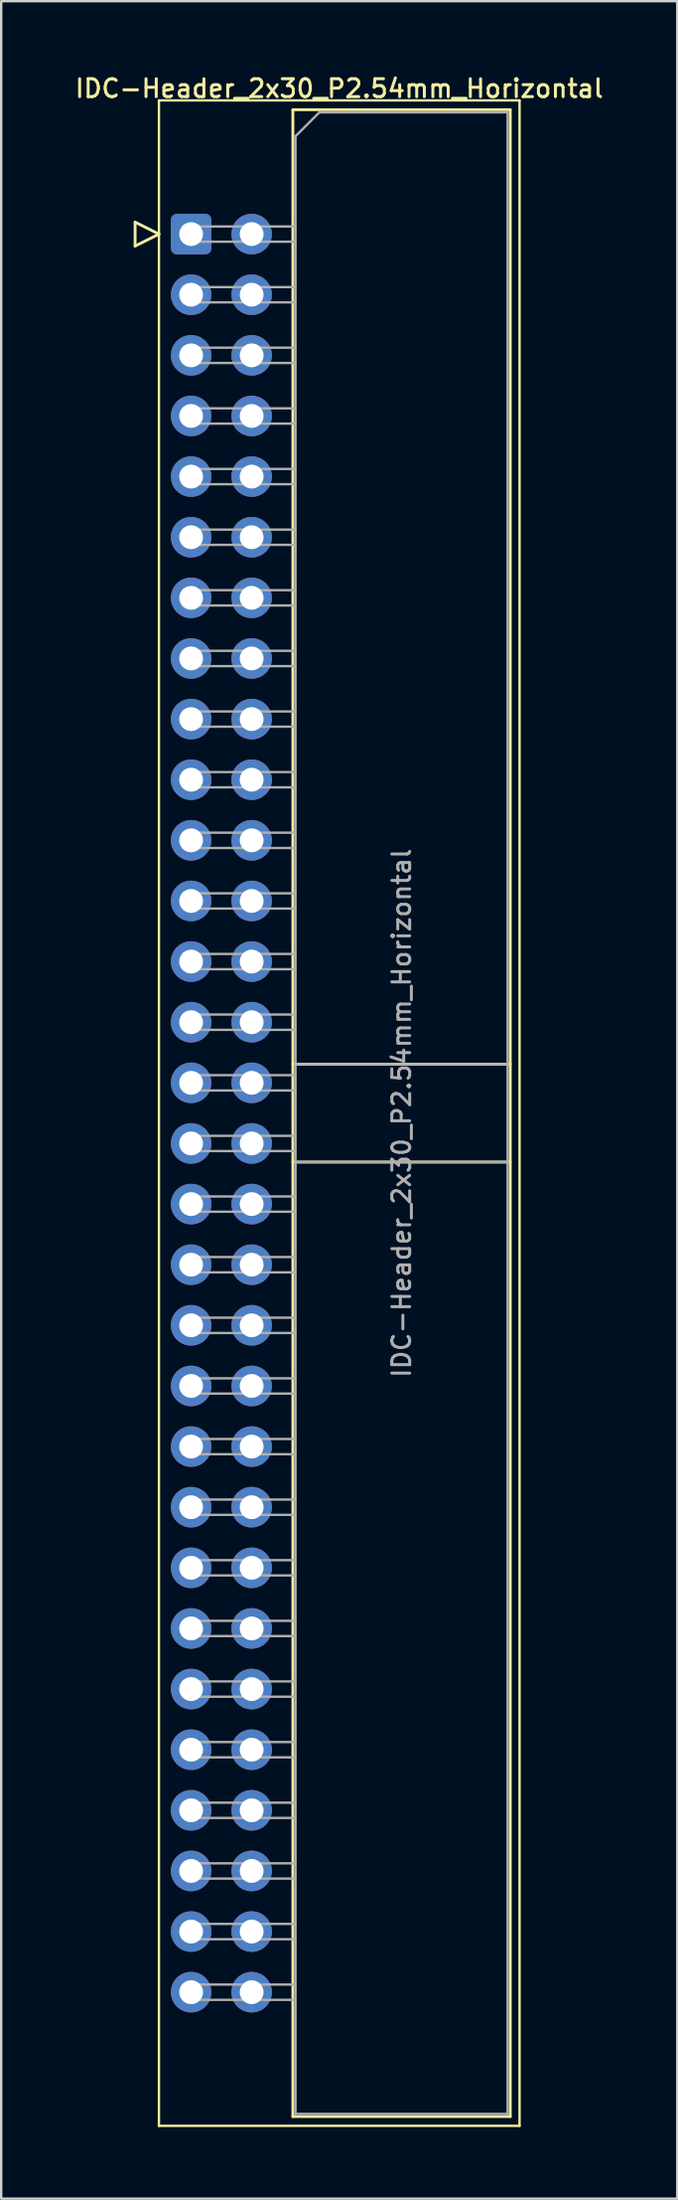
<source format=kicad_pcb>
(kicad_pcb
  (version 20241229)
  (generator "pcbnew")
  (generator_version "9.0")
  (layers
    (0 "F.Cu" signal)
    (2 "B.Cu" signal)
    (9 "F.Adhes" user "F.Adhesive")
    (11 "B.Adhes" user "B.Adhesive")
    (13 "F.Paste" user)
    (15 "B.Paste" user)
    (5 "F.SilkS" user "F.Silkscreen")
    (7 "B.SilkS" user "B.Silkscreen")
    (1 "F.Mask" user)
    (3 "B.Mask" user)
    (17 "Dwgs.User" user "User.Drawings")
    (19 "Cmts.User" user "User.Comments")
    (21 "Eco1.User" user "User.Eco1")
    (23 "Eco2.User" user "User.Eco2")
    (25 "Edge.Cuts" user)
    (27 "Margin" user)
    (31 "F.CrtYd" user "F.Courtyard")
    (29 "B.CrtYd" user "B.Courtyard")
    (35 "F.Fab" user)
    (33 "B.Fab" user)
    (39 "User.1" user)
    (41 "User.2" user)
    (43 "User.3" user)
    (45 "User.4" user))
  (footprint "IDC-Header_2x30_P2.54mm_Horizontal"
    (layer "F.Cu")
    (at 4.969 6.758)
    (property "Reference" "IDC-Header_2x30_P2.54mm_Horizontal" (at 6.215 -6.1 0) (layer "F.SilkS") (effects (font (size 0.75 0.75) (thickness 0.125))))
    (attr through_hole)
    (fp_line (start -2.35 -0.5) (end -2.35 0.5) (stroke (width 0.12) (type solid)) (layer "F.SilkS"))
    (fp_line (start -2.35 0.5) (end -1.35 0) (stroke (width 0.12) (type solid)) (layer "F.SilkS"))
    (fp_line (start -1.35 -5.6) (end -1.35 79.26) (stroke (width 0.1) (type solid)) (layer "F.SilkS"))
    (fp_line (start -1.35 0) (end -2.35 -0.5) (stroke (width 0.12) (type solid)) (layer "F.SilkS"))
    (fp_line (start -1.35 79.26) (end 13.78 79.26) (stroke (width 0.1) (type solid)) (layer "F.SilkS"))
    (fp_line (start 4.27 -5.21) (end 13.39 -5.21) (stroke (width 0.12) (type solid)) (layer "F.SilkS"))
    (fp_line (start 4.27 34.78) (end 13.39 34.78) (stroke (width 0.12) (type solid)) (layer "F.SilkS"))
    (fp_line (start 4.27 38.88) (end 13.39 38.88) (stroke (width 0.12) (type solid)) (layer "F.SilkS"))
    (fp_line (start 4.27 78.87) (end 4.27 -5.21) (stroke (width 0.12) (type solid)) (layer "F.SilkS"))
    (fp_line (start 13.39 -5.21) (end 13.39 78.87) (stroke (width 0.12) (type solid)) (layer "F.SilkS"))
    (fp_line (start 13.39 78.87) (end 4.27 78.87) (stroke (width 0.12) (type solid)) (layer "F.SilkS"))
    (fp_line (start 13.78 -5.6) (end -1.35 -5.6) (stroke (width 0.1) (type solid)) (layer "F.SilkS"))
    (fp_line (start 13.78 79.26) (end 13.78 -5.6) (stroke (width 0.1) (type solid)) (layer "F.SilkS"))
    (fp_line (start -0.32 -0.32) (end -0.32 0.32) (stroke (width 0.1) (type solid)) (layer "F.Fab"))
    (fp_line (start -0.32 0.32) (end 4.38 0.32) (stroke (width 0.1) (type solid)) (layer "F.Fab"))
    (fp_line (start -0.32 2.22) (end -0.32 2.86) (stroke (width 0.1) (type solid)) (layer "F.Fab"))
    (fp_line (start -0.32 2.86) (end 4.38 2.86) (stroke (width 0.1) (type solid)) (layer "F.Fab"))
    (fp_line (start -0.32 4.76) (end -0.32 5.4) (stroke (width 0.1) (type solid)) (layer "F.Fab"))
    (fp_line (start -0.32 5.4) (end 4.38 5.4) (stroke (width 0.1) (type solid)) (layer "F.Fab"))
    (fp_line (start -0.32 7.3) (end -0.32 7.94) (stroke (width 0.1) (type solid)) (layer "F.Fab"))
    (fp_line (start -0.32 7.94) (end 4.38 7.94) (stroke (width 0.1) (type solid)) (layer "F.Fab"))
    (fp_line (start -0.32 9.84) (end -0.32 10.48) (stroke (width 0.1) (type solid)) (layer "F.Fab"))
    (fp_line (start -0.32 10.48) (end 4.38 10.48) (stroke (width 0.1) (type solid)) (layer "F.Fab"))
    (fp_line (start -0.32 12.38) (end -0.32 13.02) (stroke (width 0.1) (type solid)) (layer "F.Fab"))
    (fp_line (start -0.32 13.02) (end 4.38 13.02) (stroke (width 0.1) (type solid)) (layer "F.Fab"))
    (fp_line (start -0.32 14.92) (end -0.32 15.56) (stroke (width 0.1) (type solid)) (layer "F.Fab"))
    (fp_line (start -0.32 15.56) (end 4.38 15.56) (stroke (width 0.1) (type solid)) (layer "F.Fab"))
    (fp_line (start -0.32 17.46) (end -0.32 18.1) (stroke (width 0.1) (type solid)) (layer "F.Fab"))
    (fp_line (start -0.32 18.1) (end 4.38 18.1) (stroke (width 0.1) (type solid)) (layer "F.Fab"))
    (fp_line (start -0.32 20) (end -0.32 20.64) (stroke (width 0.1) (type solid)) (layer "F.Fab"))
    (fp_line (start -0.32 20.64) (end 4.38 20.64) (stroke (width 0.1) (type solid)) (layer "F.Fab"))
    (fp_line (start -0.32 22.54) (end -0.32 23.18) (stroke (width 0.1) (type solid)) (layer "F.Fab"))
    (fp_line (start -0.32 23.18) (end 4.38 23.18) (stroke (width 0.1) (type solid)) (layer "F.Fab"))
    (fp_line (start -0.32 25.08) (end -0.32 25.72) (stroke (width 0.1) (type solid)) (layer "F.Fab"))
    (fp_line (start -0.32 25.72) (end 4.38 25.72) (stroke (width 0.1) (type solid)) (layer "F.Fab"))
    (fp_line (start -0.32 27.62) (end -0.32 28.26) (stroke (width 0.1) (type solid)) (layer "F.Fab"))
    (fp_line (start -0.32 28.26) (end 4.38 28.26) (stroke (width 0.1) (type solid)) (layer "F.Fab"))
    (fp_line (start -0.32 30.16) (end -0.32 30.8) (stroke (width 0.1) (type solid)) (layer "F.Fab"))
    (fp_line (start -0.32 30.8) (end 4.38 30.8) (stroke (width 0.1) (type solid)) (layer "F.Fab"))
    (fp_line (start -0.32 32.7) (end -0.32 33.34) (stroke (width 0.1) (type solid)) (layer "F.Fab"))
    (fp_line (start -0.32 33.34) (end 4.38 33.34) (stroke (width 0.1) (type solid)) (layer "F.Fab"))
    (fp_line (start -0.32 35.24) (end -0.32 35.88) (stroke (width 0.1) (type solid)) (layer "F.Fab"))
    (fp_line (start -0.32 35.88) (end 4.38 35.88) (stroke (width 0.1) (type solid)) (layer "F.Fab"))
    (fp_line (start -0.32 37.78) (end -0.32 38.42) (stroke (width 0.1) (type solid)) (layer "F.Fab"))
    (fp_line (start -0.32 38.42) (end 4.38 38.42) (stroke (width 0.1) (type solid)) (layer "F.Fab"))
    (fp_line (start -0.32 40.32) (end -0.32 40.96) (stroke (width 0.1) (type solid)) (layer "F.Fab"))
    (fp_line (start -0.32 40.96) (end 4.38 40.96) (stroke (width 0.1) (type solid)) (layer "F.Fab"))
    (fp_line (start -0.32 42.86) (end -0.32 43.5) (stroke (width 0.1) (type solid)) (layer "F.Fab"))
    (fp_line (start -0.32 43.5) (end 4.38 43.5) (stroke (width 0.1) (type solid)) (layer "F.Fab"))
    (fp_line (start -0.32 45.4) (end -0.32 46.04) (stroke (width 0.1) (type solid)) (layer "F.Fab"))
    (fp_line (start -0.32 46.04) (end 4.38 46.04) (stroke (width 0.1) (type solid)) (layer "F.Fab"))
    (fp_line (start -0.32 47.94) (end -0.32 48.58) (stroke (width 0.1) (type solid)) (layer "F.Fab"))
    (fp_line (start -0.32 48.58) (end 4.38 48.58) (stroke (width 0.1) (type solid)) (layer "F.Fab"))
    (fp_line (start -0.32 50.48) (end -0.32 51.12) (stroke (width 0.1) (type solid)) (layer "F.Fab"))
    (fp_line (start -0.32 51.12) (end 4.38 51.12) (stroke (width 0.1) (type solid)) (layer "F.Fab"))
    (fp_line (start -0.32 53.02) (end -0.32 53.66) (stroke (width 0.1) (type solid)) (layer "F.Fab"))
    (fp_line (start -0.32 53.66) (end 4.38 53.66) (stroke (width 0.1) (type solid)) (layer "F.Fab"))
    (fp_line (start -0.32 55.56) (end -0.32 56.2) (stroke (width 0.1) (type solid)) (layer "F.Fab"))
    (fp_line (start -0.32 56.2) (end 4.38 56.2) (stroke (width 0.1) (type solid)) (layer "F.Fab"))
    (fp_line (start -0.32 58.1) (end -0.32 58.74) (stroke (width 0.1) (type solid)) (layer "F.Fab"))
    (fp_line (start -0.32 58.74) (end 4.38 58.74) (stroke (width 0.1) (type solid)) (layer "F.Fab"))
    (fp_line (start -0.32 60.64) (end -0.32 61.28) (stroke (width 0.1) (type solid)) (layer "F.Fab"))
    (fp_line (start -0.32 61.28) (end 4.38 61.28) (stroke (width 0.1) (type solid)) (layer "F.Fab"))
    (fp_line (start -0.32 63.18) (end -0.32 63.82) (stroke (width 0.1) (type solid)) (layer "F.Fab"))
    (fp_line (start -0.32 63.82) (end 4.38 63.82) (stroke (width 0.1) (type solid)) (layer "F.Fab"))
    (fp_line (start -0.32 65.72) (end -0.32 66.36) (stroke (width 0.1) (type solid)) (layer "F.Fab"))
    (fp_line (start -0.32 66.36) (end 4.38 66.36) (stroke (width 0.1) (type solid)) (layer "F.Fab"))
    (fp_line (start -0.32 68.26) (end -0.32 68.9) (stroke (width 0.1) (type solid)) (layer "F.Fab"))
    (fp_line (start -0.32 68.9) (end 4.38 68.9) (stroke (width 0.1) (type solid)) (layer "F.Fab"))
    (fp_line (start -0.32 70.8) (end -0.32 71.44) (stroke (width 0.1) (type solid)) (layer "F.Fab"))
    (fp_line (start -0.32 71.44) (end 4.38 71.44) (stroke (width 0.1) (type solid)) (layer "F.Fab"))
    (fp_line (start -0.32 73.34) (end -0.32 73.98) (stroke (width 0.1) (type solid)) (layer "F.Fab"))
    (fp_line (start -0.32 73.98) (end 4.38 73.98) (stroke (width 0.1) (type solid)) (layer "F.Fab"))
    (fp_line (start 4.38 -4.1) (end 5.38 -5.1) (stroke (width 0.1) (type solid)) (layer "F.Fab"))
    (fp_line (start 4.38 -0.32) (end -0.32 -0.32) (stroke (width 0.1) (type solid)) (layer "F.Fab"))
    (fp_line (start 4.38 2.22) (end -0.32 2.22) (stroke (width 0.1) (type solid)) (layer "F.Fab"))
    (fp_line (start 4.38 4.76) (end -0.32 4.76) (stroke (width 0.1) (type solid)) (layer "F.Fab"))
    (fp_line (start 4.38 7.3) (end -0.32 7.3) (stroke (width 0.1) (type solid)) (layer "F.Fab"))
    (fp_line (start 4.38 9.84) (end -0.32 9.84) (stroke (width 0.1) (type solid)) (layer "F.Fab"))
    (fp_line (start 4.38 12.38) (end -0.32 12.38) (stroke (width 0.1) (type solid)) (layer "F.Fab"))
    (fp_line (start 4.38 14.92) (end -0.32 14.92) (stroke (width 0.1) (type solid)) (layer "F.Fab"))
    (fp_line (start 4.38 17.46) (end -0.32 17.46) (stroke (width 0.1) (type solid)) (layer "F.Fab"))
    (fp_line (start 4.38 20) (end -0.32 20) (stroke (width 0.1) (type solid)) (layer "F.Fab"))
    (fp_line (start 4.38 22.54) (end -0.32 22.54) (stroke (width 0.1) (type solid)) (layer "F.Fab"))
    (fp_line (start 4.38 25.08) (end -0.32 25.08) (stroke (width 0.1) (type solid)) (layer "F.Fab"))
    (fp_line (start 4.38 27.62) (end -0.32 27.62) (stroke (width 0.1) (type solid)) (layer "F.Fab"))
    (fp_line (start 4.38 30.16) (end -0.32 30.16) (stroke (width 0.1) (type solid)) (layer "F.Fab"))
    (fp_line (start 4.38 32.7) (end -0.32 32.7) (stroke (width 0.1) (type solid)) (layer "F.Fab"))
    (fp_line (start 4.38 34.78) (end 13.28 34.78) (stroke (width 0.1) (type solid)) (layer "F.Fab"))
    (fp_line (start 4.38 35.24) (end -0.32 35.24) (stroke (width 0.1) (type solid)) (layer "F.Fab"))
    (fp_line (start 4.38 37.78) (end -0.32 37.78) (stroke (width 0.1) (type solid)) (layer "F.Fab"))
    (fp_line (start 4.38 38.88) (end 13.28 38.88) (stroke (width 0.1) (type solid)) (layer "F.Fab"))
    (fp_line (start 4.38 40.32) (end -0.32 40.32) (stroke (width 0.1) (type solid)) (layer "F.Fab"))
    (fp_line (start 4.38 42.86) (end -0.32 42.86) (stroke (width 0.1) (type solid)) (layer "F.Fab"))
    (fp_line (start 4.38 45.4) (end -0.32 45.4) (stroke (width 0.1) (type solid)) (layer "F.Fab"))
    (fp_line (start 4.38 47.94) (end -0.32 47.94) (stroke (width 0.1) (type solid)) (layer "F.Fab"))
    (fp_line (start 4.38 50.48) (end -0.32 50.48) (stroke (width 0.1) (type solid)) (layer "F.Fab"))
    (fp_line (start 4.38 53.02) (end -0.32 53.02) (stroke (width 0.1) (type solid)) (layer "F.Fab"))
    (fp_line (start 4.38 55.56) (end -0.32 55.56) (stroke (width 0.1) (type solid)) (layer "F.Fab"))
    (fp_line (start 4.38 58.1) (end -0.32 58.1) (stroke (width 0.1) (type solid)) (layer "F.Fab"))
    (fp_line (start 4.38 60.64) (end -0.32 60.64) (stroke (width 0.1) (type solid)) (layer "F.Fab"))
    (fp_line (start 4.38 63.18) (end -0.32 63.18) (stroke (width 0.1) (type solid)) (layer "F.Fab"))
    (fp_line (start 4.38 65.72) (end -0.32 65.72) (stroke (width 0.1) (type solid)) (layer "F.Fab"))
    (fp_line (start 4.38 68.26) (end -0.32 68.26) (stroke (width 0.1) (type solid)) (layer "F.Fab"))
    (fp_line (start 4.38 70.8) (end -0.32 70.8) (stroke (width 0.1) (type solid)) (layer "F.Fab"))
    (fp_line (start 4.38 73.34) (end -0.32 73.34) (stroke (width 0.1) (type solid)) (layer "F.Fab"))
    (fp_line (start 4.38 78.76) (end 4.38 -4.1) (stroke (width 0.1) (type solid)) (layer "F.Fab"))
    (fp_line (start 5.38 -5.1) (end 13.28 -5.1) (stroke (width 0.1) (type solid)) (layer "F.Fab"))
    (fp_line (start 13.28 -5.1) (end 13.28 78.76) (stroke (width 0.1) (type solid)) (layer "F.Fab"))
    (fp_line (start 13.28 78.76) (end 4.38 78.76) (stroke (width 0.1) (type solid)) (layer "F.Fab"))
    (fp_text user "${REFERENCE}" (at 8.83 36.83 90) (layer "F.Fab") (effects (font (size 0.75 0.75) (thickness 0.125))))
    (pad "1" thru_hole roundrect (at 0 0) (size 1.7 1.7) (drill 1) (layers "*.Cu" "*.Mask") (roundrect_rratio 0.147))
    (pad "2" thru_hole circle (at 2.54 0) (size 1.7 1.7) (drill 1) (layers "*.Cu" "*.Mask"))
    (pad "3" thru_hole circle (at 0 2.54) (size 1.7 1.7) (drill 1) (layers "*.Cu" "*.Mask"))
    (pad "4" thru_hole circle (at 2.54 2.54) (size 1.7 1.7) (drill 1) (layers "*.Cu" "*.Mask"))
    (pad "5" thru_hole circle (at 0 5.08) (size 1.7 1.7) (drill 1) (layers "*.Cu" "*.Mask"))
    (pad "6" thru_hole circle (at 2.54 5.08) (size 1.7 1.7) (drill 1) (layers "*.Cu" "*.Mask"))
    (pad "7" thru_hole circle (at 0 7.62) (size 1.7 1.7) (drill 1) (layers "*.Cu" "*.Mask"))
    (pad "8" thru_hole circle (at 2.54 7.62) (size 1.7 1.7) (drill 1) (layers "*.Cu" "*.Mask"))
    (pad "9" thru_hole circle (at 0 10.16) (size 1.7 1.7) (drill 1) (layers "*.Cu" "*.Mask"))
    (pad "10" thru_hole circle (at 2.54 10.16) (size 1.7 1.7) (drill 1) (layers "*.Cu" "*.Mask"))
    (pad "11" thru_hole circle (at 0 12.7) (size 1.7 1.7) (drill 1) (layers "*.Cu" "*.Mask"))
    (pad "12" thru_hole circle (at 2.54 12.7) (size 1.7 1.7) (drill 1) (layers "*.Cu" "*.Mask"))
    (pad "13" thru_hole circle (at 0 15.24) (size 1.7 1.7) (drill 1) (layers "*.Cu" "*.Mask"))
    (pad "14" thru_hole circle (at 2.54 15.24) (size 1.7 1.7) (drill 1) (layers "*.Cu" "*.Mask"))
    (pad "15" thru_hole circle (at 0 17.78) (size 1.7 1.7) (drill 1) (layers "*.Cu" "*.Mask"))
    (pad "16" thru_hole circle (at 2.54 17.78) (size 1.7 1.7) (drill 1) (layers "*.Cu" "*.Mask"))
    (pad "17" thru_hole circle (at 0 20.32) (size 1.7 1.7) (drill 1) (layers "*.Cu" "*.Mask"))
    (pad "18" thru_hole circle (at 2.54 20.32) (size 1.7 1.7) (drill 1) (layers "*.Cu" "*.Mask"))
    (pad "19" thru_hole circle (at 0 22.86) (size 1.7 1.7) (drill 1) (layers "*.Cu" "*.Mask"))
    (pad "20" thru_hole circle (at 2.54 22.86) (size 1.7 1.7) (drill 1) (layers "*.Cu" "*.Mask"))
    (pad "21" thru_hole circle (at 0 25.4) (size 1.7 1.7) (drill 1) (layers "*.Cu" "*.Mask"))
    (pad "22" thru_hole circle (at 2.54 25.4) (size 1.7 1.7) (drill 1) (layers "*.Cu" "*.Mask"))
    (pad "23" thru_hole circle (at 0 27.94) (size 1.7 1.7) (drill 1) (layers "*.Cu" "*.Mask"))
    (pad "24" thru_hole circle (at 2.54 27.94) (size 1.7 1.7) (drill 1) (layers "*.Cu" "*.Mask"))
    (pad "25" thru_hole circle (at 0 30.48) (size 1.7 1.7) (drill 1) (layers "*.Cu" "*.Mask"))
    (pad "26" thru_hole circle (at 2.54 30.48) (size 1.7 1.7) (drill 1) (layers "*.Cu" "*.Mask"))
    (pad "27" thru_hole circle (at 0 33.02) (size 1.7 1.7) (drill 1) (layers "*.Cu" "*.Mask"))
    (pad "28" thru_hole circle (at 2.54 33.02) (size 1.7 1.7) (drill 1) (layers "*.Cu" "*.Mask"))
    (pad "29" thru_hole circle (at 0 35.56) (size 1.7 1.7) (drill 1) (layers "*.Cu" "*.Mask"))
    (pad "30" thru_hole circle (at 2.54 35.56) (size 1.7 1.7) (drill 1) (layers "*.Cu" "*.Mask"))
    (pad "31" thru_hole circle (at 0 38.1) (size 1.7 1.7) (drill 1) (layers "*.Cu" "*.Mask"))
    (pad "32" thru_hole circle (at 2.54 38.1) (size 1.7 1.7) (drill 1) (layers "*.Cu" "*.Mask"))
    (pad "33" thru_hole circle (at 0 40.64) (size 1.7 1.7) (drill 1) (layers "*.Cu" "*.Mask"))
    (pad "34" thru_hole circle (at 2.54 40.64) (size 1.7 1.7) (drill 1) (layers "*.Cu" "*.Mask"))
    (pad "35" thru_hole circle (at 0 43.18) (size 1.7 1.7) (drill 1) (layers "*.Cu" "*.Mask"))
    (pad "36" thru_hole circle (at 2.54 43.18) (size 1.7 1.7) (drill 1) (layers "*.Cu" "*.Mask"))
    (pad "37" thru_hole circle (at 0 45.72) (size 1.7 1.7) (drill 1) (layers "*.Cu" "*.Mask"))
    (pad "38" thru_hole circle (at 2.54 45.72) (size 1.7 1.7) (drill 1) (layers "*.Cu" "*.Mask"))
    (pad "39" thru_hole circle (at 0 48.26) (size 1.7 1.7) (drill 1) (layers "*.Cu" "*.Mask"))
    (pad "40" thru_hole circle (at 2.54 48.26) (size 1.7 1.7) (drill 1) (layers "*.Cu" "*.Mask"))
    (pad "41" thru_hole circle (at 0 50.8) (size 1.7 1.7) (drill 1) (layers "*.Cu" "*.Mask"))
    (pad "42" thru_hole circle (at 2.54 50.8) (size 1.7 1.7) (drill 1) (layers "*.Cu" "*.Mask"))
    (pad "43" thru_hole circle (at 0 53.34) (size 1.7 1.7) (drill 1) (layers "*.Cu" "*.Mask"))
    (pad "44" thru_hole circle (at 2.54 53.34) (size 1.7 1.7) (drill 1) (layers "*.Cu" "*.Mask"))
    (pad "45" thru_hole circle (at 0 55.88) (size 1.7 1.7) (drill 1) (layers "*.Cu" "*.Mask"))
    (pad "46" thru_hole circle (at 2.54 55.88) (size 1.7 1.7) (drill 1) (layers "*.Cu" "*.Mask"))
    (pad "47" thru_hole circle (at 0 58.42) (size 1.7 1.7) (drill 1) (layers "*.Cu" "*.Mask"))
    (pad "48" thru_hole circle (at 2.54 58.42) (size 1.7 1.7) (drill 1) (layers "*.Cu" "*.Mask"))
    (pad "49" thru_hole circle (at 0 60.96) (size 1.7 1.7) (drill 1) (layers "*.Cu" "*.Mask"))
    (pad "50" thru_hole circle (at 2.54 60.96) (size 1.7 1.7) (drill 1) (layers "*.Cu" "*.Mask"))
    (pad "51" thru_hole circle (at 0 63.5) (size 1.7 1.7) (drill 1) (layers "*.Cu" "*.Mask"))
    (pad "52" thru_hole circle (at 2.54 63.5) (size 1.7 1.7) (drill 1) (layers "*.Cu" "*.Mask"))
    (pad "53" thru_hole circle (at 0 66.04) (size 1.7 1.7) (drill 1) (layers "*.Cu" "*.Mask"))
    (pad "54" thru_hole circle (at 2.54 66.04) (size 1.7 1.7) (drill 1) (layers "*.Cu" "*.Mask"))
    (pad "55" thru_hole circle (at 0 68.58) (size 1.7 1.7) (drill 1) (layers "*.Cu" "*.Mask"))
    (pad "56" thru_hole circle (at 2.54 68.58) (size 1.7 1.7) (drill 1) (layers "*.Cu" "*.Mask"))
    (pad "57" thru_hole circle (at 0 71.12) (size 1.7 1.7) (drill 1) (layers "*.Cu" "*.Mask"))
    (pad "58" thru_hole circle (at 2.54 71.12) (size 1.7 1.7) (drill 1) (layers "*.Cu" "*.Mask"))
    (pad "59" thru_hole circle (at 0 73.66) (size 1.7 1.7) (drill 1) (layers "*.Cu" "*.Mask"))
    (pad "60" thru_hole circle (at 2.54 73.66) (size 1.7 1.7) (drill 1) (layers "*.Cu" "*.Mask")))
  (gr_rect
    (start -3 -3)
    (end 25.368 89.068)
    (stroke (width 0.1) (type default))
    (fill no)
    (layer "Edge.Cuts")))
</source>
